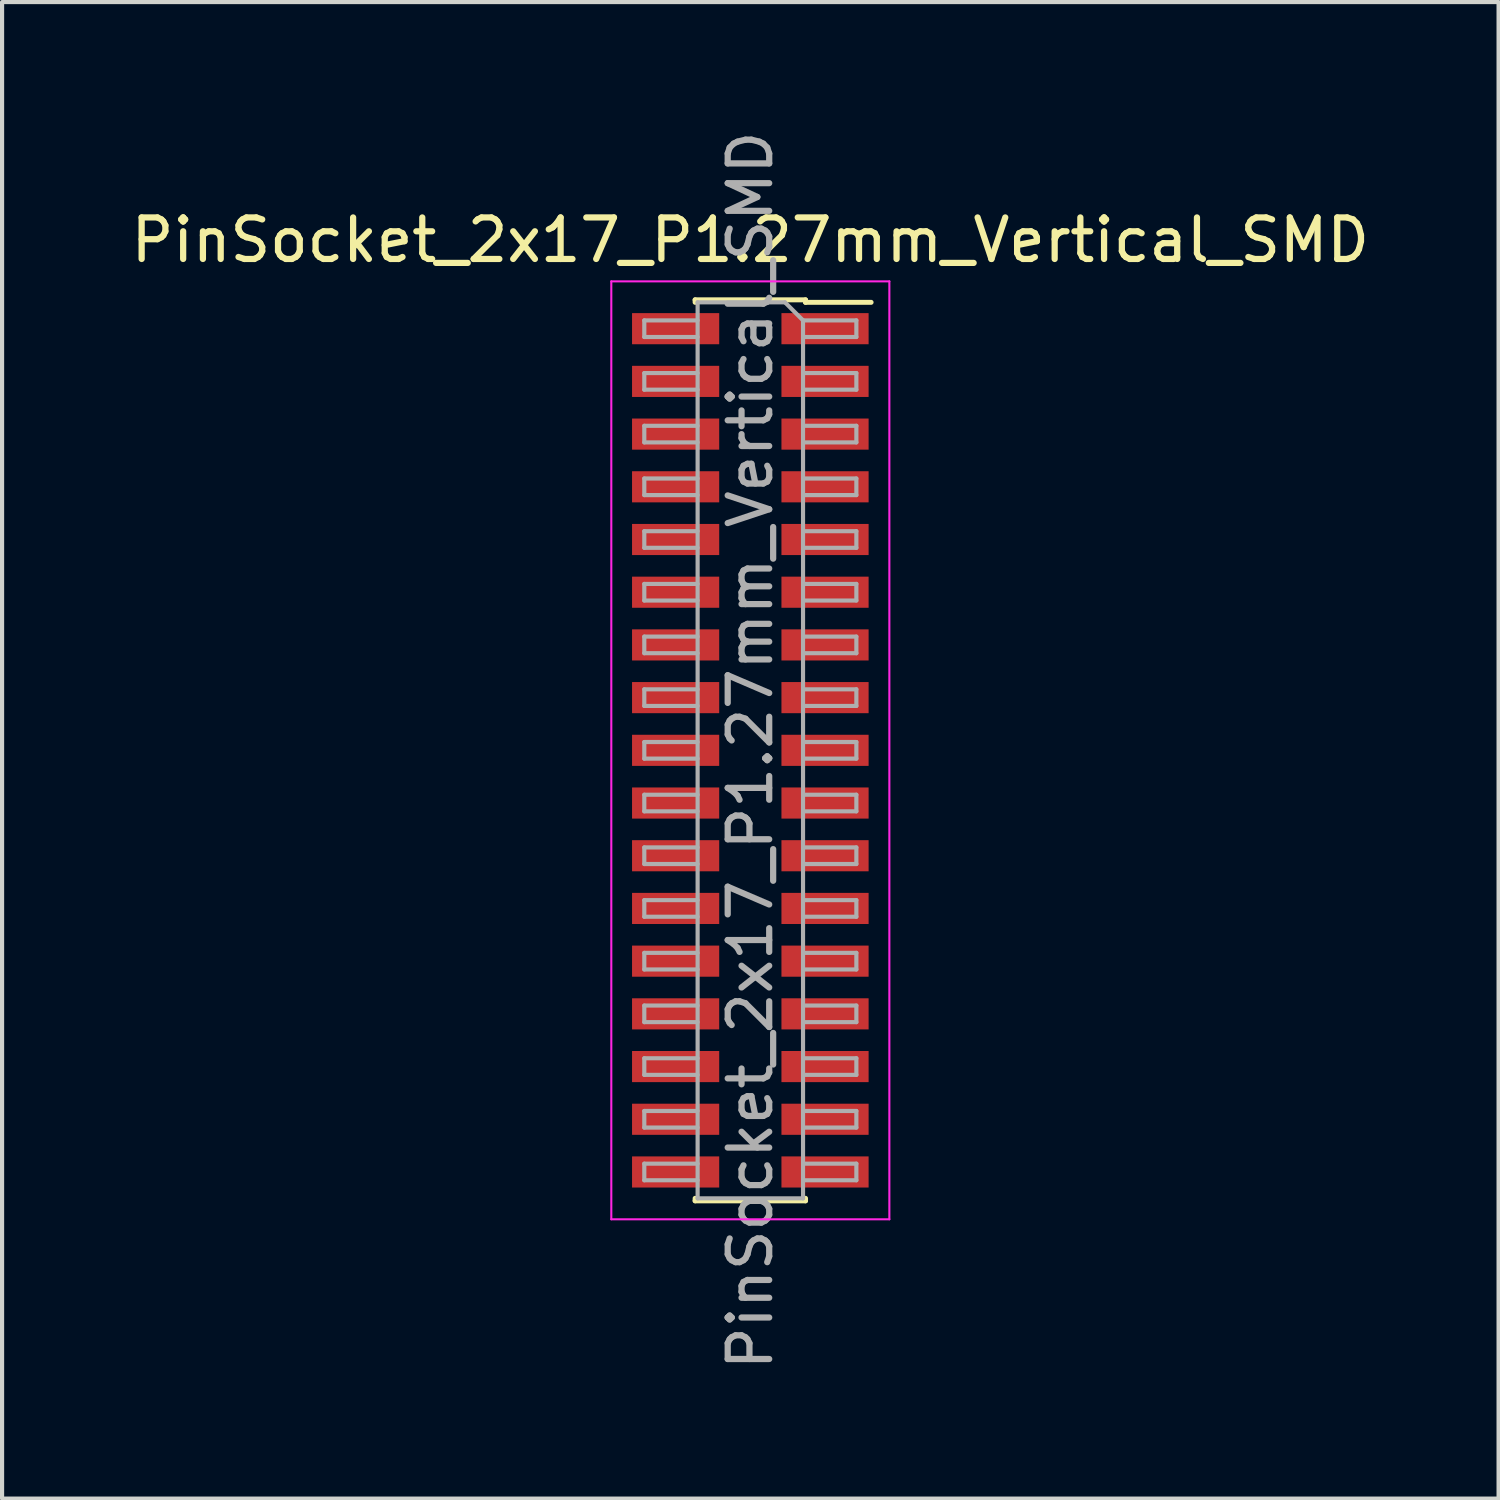
<source format=kicad_pcb>
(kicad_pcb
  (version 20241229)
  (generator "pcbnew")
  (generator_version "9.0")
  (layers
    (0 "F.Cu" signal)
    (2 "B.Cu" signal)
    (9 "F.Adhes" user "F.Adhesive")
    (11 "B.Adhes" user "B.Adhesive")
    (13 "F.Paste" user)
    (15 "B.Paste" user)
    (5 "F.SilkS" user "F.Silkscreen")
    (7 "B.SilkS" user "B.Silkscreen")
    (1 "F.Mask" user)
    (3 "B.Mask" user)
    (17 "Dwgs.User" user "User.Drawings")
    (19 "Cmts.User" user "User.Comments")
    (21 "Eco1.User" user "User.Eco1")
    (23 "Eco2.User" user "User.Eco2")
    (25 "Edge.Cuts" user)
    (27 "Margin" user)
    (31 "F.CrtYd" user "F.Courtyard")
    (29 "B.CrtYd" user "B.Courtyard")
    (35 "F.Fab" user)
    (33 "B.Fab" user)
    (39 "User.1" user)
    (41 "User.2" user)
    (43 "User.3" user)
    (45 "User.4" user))
  (footprint "PinSocket_2x17_P1.27mm_Vertical_SMD"
    (layer "F.Cu")
    (at 15.03 15.03)
    (property "Reference" "PinSocket_2x17_P1.27mm_Vertical_SMD" (at 0 -12.295 0) (layer "F.SilkS") (effects (font (size 1 1) (thickness 0.15))))
    (attr smd)
    (fp_line (start -1.33 -10.855) (end 1.33 -10.855) (stroke (width 0.12) (type solid)) (layer "F.SilkS"))
    (fp_line (start -1.33 -10.795) (end -1.33 -10.855) (stroke (width 0.12) (type solid)) (layer "F.SilkS"))
    (fp_line (start -1.33 10.855) (end -1.33 10.795) (stroke (width 0.12) (type solid)) (layer "F.SilkS"))
    (fp_line (start 1.33 -10.855) (end 1.33 -10.795) (stroke (width 0.12) (type solid)) (layer "F.SilkS"))
    (fp_line (start 1.33 -10.795) (end 2.91 -10.795) (stroke (width 0.12) (type solid)) (layer "F.SilkS"))
    (fp_line (start 1.33 10.795) (end 1.33 10.855) (stroke (width 0.12) (type solid)) (layer "F.SilkS"))
    (fp_line (start 1.33 10.855) (end -1.33 10.855) (stroke (width 0.12) (type solid)) (layer "F.SilkS"))
    (fp_line (start -3.35 -11.3) (end 3.35 -11.3) (stroke (width 0.05) (type solid)) (layer "F.CrtYd"))
    (fp_line (start -3.35 11.3) (end -3.35 -11.3) (stroke (width 0.05) (type solid)) (layer "F.CrtYd"))
    (fp_line (start 3.35 -11.3) (end 3.35 11.3) (stroke (width 0.05) (type solid)) (layer "F.CrtYd"))
    (fp_line (start 3.35 11.3) (end -3.35 11.3) (stroke (width 0.05) (type solid)) (layer "F.CrtYd"))
    (fp_line (start -2.555 -10.36) (end -1.27 -10.36) (stroke (width 0.1) (type solid)) (layer "F.Fab"))
    (fp_line (start -2.555 -9.96) (end -2.555 -10.36) (stroke (width 0.1) (type solid)) (layer "F.Fab"))
    (fp_line (start -2.555 -9.09) (end -1.27 -9.09) (stroke (width 0.1) (type solid)) (layer "F.Fab"))
    (fp_line (start -2.555 -8.69) (end -2.555 -9.09) (stroke (width 0.1) (type solid)) (layer "F.Fab"))
    (fp_line (start -2.555 -7.82) (end -1.27 -7.82) (stroke (width 0.1) (type solid)) (layer "F.Fab"))
    (fp_line (start -2.555 -7.42) (end -2.555 -7.82) (stroke (width 0.1) (type solid)) (layer "F.Fab"))
    (fp_line (start -2.555 -6.55) (end -1.27 -6.55) (stroke (width 0.1) (type solid)) (layer "F.Fab"))
    (fp_line (start -2.555 -6.15) (end -2.555 -6.55) (stroke (width 0.1) (type solid)) (layer "F.Fab"))
    (fp_line (start -2.555 -5.28) (end -1.27 -5.28) (stroke (width 0.1) (type solid)) (layer "F.Fab"))
    (fp_line (start -2.555 -4.88) (end -2.555 -5.28) (stroke (width 0.1) (type solid)) (layer "F.Fab"))
    (fp_line (start -2.555 -4.01) (end -1.27 -4.01) (stroke (width 0.1) (type solid)) (layer "F.Fab"))
    (fp_line (start -2.555 -3.61) (end -2.555 -4.01) (stroke (width 0.1) (type solid)) (layer "F.Fab"))
    (fp_line (start -2.555 -2.74) (end -1.27 -2.74) (stroke (width 0.1) (type solid)) (layer "F.Fab"))
    (fp_line (start -2.555 -2.34) (end -2.555 -2.74) (stroke (width 0.1) (type solid)) (layer "F.Fab"))
    (fp_line (start -2.555 -1.47) (end -1.27 -1.47) (stroke (width 0.1) (type solid)) (layer "F.Fab"))
    (fp_line (start -2.555 -1.07) (end -2.555 -1.47) (stroke (width 0.1) (type solid)) (layer "F.Fab"))
    (fp_line (start -2.555 -0.2) (end -1.27 -0.2) (stroke (width 0.1) (type solid)) (layer "F.Fab"))
    (fp_line (start -2.555 0.2) (end -2.555 -0.2) (stroke (width 0.1) (type solid)) (layer "F.Fab"))
    (fp_line (start -2.555 1.07) (end -1.27 1.07) (stroke (width 0.1) (type solid)) (layer "F.Fab"))
    (fp_line (start -2.555 1.47) (end -2.555 1.07) (stroke (width 0.1) (type solid)) (layer "F.Fab"))
    (fp_line (start -2.555 2.34) (end -1.27 2.34) (stroke (width 0.1) (type solid)) (layer "F.Fab"))
    (fp_line (start -2.555 2.74) (end -2.555 2.34) (stroke (width 0.1) (type solid)) (layer "F.Fab"))
    (fp_line (start -2.555 3.61) (end -1.27 3.61) (stroke (width 0.1) (type solid)) (layer "F.Fab"))
    (fp_line (start -2.555 4.01) (end -2.555 3.61) (stroke (width 0.1) (type solid)) (layer "F.Fab"))
    (fp_line (start -2.555 4.88) (end -1.27 4.88) (stroke (width 0.1) (type solid)) (layer "F.Fab"))
    (fp_line (start -2.555 5.28) (end -2.555 4.88) (stroke (width 0.1) (type solid)) (layer "F.Fab"))
    (fp_line (start -2.555 6.15) (end -1.27 6.15) (stroke (width 0.1) (type solid)) (layer "F.Fab"))
    (fp_line (start -2.555 6.55) (end -2.555 6.15) (stroke (width 0.1) (type solid)) (layer "F.Fab"))
    (fp_line (start -2.555 7.42) (end -1.27 7.42) (stroke (width 0.1) (type solid)) (layer "F.Fab"))
    (fp_line (start -2.555 7.82) (end -2.555 7.42) (stroke (width 0.1) (type solid)) (layer "F.Fab"))
    (fp_line (start -2.555 8.69) (end -1.27 8.69) (stroke (width 0.1) (type solid)) (layer "F.Fab"))
    (fp_line (start -2.555 9.09) (end -2.555 8.69) (stroke (width 0.1) (type solid)) (layer "F.Fab"))
    (fp_line (start -2.555 9.96) (end -1.27 9.96) (stroke (width 0.1) (type solid)) (layer "F.Fab"))
    (fp_line (start -2.555 10.36) (end -2.555 9.96) (stroke (width 0.1) (type solid)) (layer "F.Fab"))
    (fp_line (start -1.27 -10.795) (end 0.835 -10.795) (stroke (width 0.1) (type solid)) (layer "F.Fab"))
    (fp_line (start -1.27 -9.96) (end -2.555 -9.96) (stroke (width 0.1) (type solid)) (layer "F.Fab"))
    (fp_line (start -1.27 -8.69) (end -2.555 -8.69) (stroke (width 0.1) (type solid)) (layer "F.Fab"))
    (fp_line (start -1.27 -7.42) (end -2.555 -7.42) (stroke (width 0.1) (type solid)) (layer "F.Fab"))
    (fp_line (start -1.27 -6.15) (end -2.555 -6.15) (stroke (width 0.1) (type solid)) (layer "F.Fab"))
    (fp_line (start -1.27 -4.88) (end -2.555 -4.88) (stroke (width 0.1) (type solid)) (layer "F.Fab"))
    (fp_line (start -1.27 -3.61) (end -2.555 -3.61) (stroke (width 0.1) (type solid)) (layer "F.Fab"))
    (fp_line (start -1.27 -2.34) (end -2.555 -2.34) (stroke (width 0.1) (type solid)) (layer "F.Fab"))
    (fp_line (start -1.27 -1.07) (end -2.555 -1.07) (stroke (width 0.1) (type solid)) (layer "F.Fab"))
    (fp_line (start -1.27 0.2) (end -2.555 0.2) (stroke (width 0.1) (type solid)) (layer "F.Fab"))
    (fp_line (start -1.27 1.47) (end -2.555 1.47) (stroke (width 0.1) (type solid)) (layer "F.Fab"))
    (fp_line (start -1.27 2.74) (end -2.555 2.74) (stroke (width 0.1) (type solid)) (layer "F.Fab"))
    (fp_line (start -1.27 4.01) (end -2.555 4.01) (stroke (width 0.1) (type solid)) (layer "F.Fab"))
    (fp_line (start -1.27 5.28) (end -2.555 5.28) (stroke (width 0.1) (type solid)) (layer "F.Fab"))
    (fp_line (start -1.27 6.55) (end -2.555 6.55) (stroke (width 0.1) (type solid)) (layer "F.Fab"))
    (fp_line (start -1.27 7.82) (end -2.555 7.82) (stroke (width 0.1) (type solid)) (layer "F.Fab"))
    (fp_line (start -1.27 9.09) (end -2.555 9.09) (stroke (width 0.1) (type solid)) (layer "F.Fab"))
    (fp_line (start -1.27 10.36) (end -2.555 10.36) (stroke (width 0.1) (type solid)) (layer "F.Fab"))
    (fp_line (start -1.27 10.795) (end -1.27 -10.795) (stroke (width 0.1) (type solid)) (layer "F.Fab"))
    (fp_line (start 0.835 -10.795) (end 1.27 -10.36) (stroke (width 0.1) (type solid)) (layer "F.Fab"))
    (fp_line (start 1.27 -10.36) (end 1.27 10.795) (stroke (width 0.1) (type solid)) (layer "F.Fab"))
    (fp_line (start 1.27 -10.36) (end 2.555 -10.36) (stroke (width 0.1) (type solid)) (layer "F.Fab"))
    (fp_line (start 1.27 -9.09) (end 2.555 -9.09) (stroke (width 0.1) (type solid)) (layer "F.Fab"))
    (fp_line (start 1.27 -7.82) (end 2.555 -7.82) (stroke (width 0.1) (type solid)) (layer "F.Fab"))
    (fp_line (start 1.27 -6.55) (end 2.555 -6.55) (stroke (width 0.1) (type solid)) (layer "F.Fab"))
    (fp_line (start 1.27 -5.28) (end 2.555 -5.28) (stroke (width 0.1) (type solid)) (layer "F.Fab"))
    (fp_line (start 1.27 -4.01) (end 2.555 -4.01) (stroke (width 0.1) (type solid)) (layer "F.Fab"))
    (fp_line (start 1.27 -2.74) (end 2.555 -2.74) (stroke (width 0.1) (type solid)) (layer "F.Fab"))
    (fp_line (start 1.27 -1.47) (end 2.555 -1.47) (stroke (width 0.1) (type solid)) (layer "F.Fab"))
    (fp_line (start 1.27 -0.2) (end 2.555 -0.2) (stroke (width 0.1) (type solid)) (layer "F.Fab"))
    (fp_line (start 1.27 1.07) (end 2.555 1.07) (stroke (width 0.1) (type solid)) (layer "F.Fab"))
    (fp_line (start 1.27 2.34) (end 2.555 2.34) (stroke (width 0.1) (type solid)) (layer "F.Fab"))
    (fp_line (start 1.27 3.61) (end 2.555 3.61) (stroke (width 0.1) (type solid)) (layer "F.Fab"))
    (fp_line (start 1.27 4.88) (end 2.555 4.88) (stroke (width 0.1) (type solid)) (layer "F.Fab"))
    (fp_line (start 1.27 6.15) (end 2.555 6.15) (stroke (width 0.1) (type solid)) (layer "F.Fab"))
    (fp_line (start 1.27 7.42) (end 2.555 7.42) (stroke (width 0.1) (type solid)) (layer "F.Fab"))
    (fp_line (start 1.27 8.69) (end 2.555 8.69) (stroke (width 0.1) (type solid)) (layer "F.Fab"))
    (fp_line (start 1.27 9.96) (end 2.555 9.96) (stroke (width 0.1) (type solid)) (layer "F.Fab"))
    (fp_line (start 1.27 10.795) (end -1.27 10.795) (stroke (width 0.1) (type solid)) (layer "F.Fab"))
    (fp_line (start 2.555 -10.36) (end 2.555 -9.96) (stroke (width 0.1) (type solid)) (layer "F.Fab"))
    (fp_line (start 2.555 -9.96) (end 1.27 -9.96) (stroke (width 0.1) (type solid)) (layer "F.Fab"))
    (fp_line (start 2.555 -9.09) (end 2.555 -8.69) (stroke (width 0.1) (type solid)) (layer "F.Fab"))
    (fp_line (start 2.555 -8.69) (end 1.27 -8.69) (stroke (width 0.1) (type solid)) (layer "F.Fab"))
    (fp_line (start 2.555 -7.82) (end 2.555 -7.42) (stroke (width 0.1) (type solid)) (layer "F.Fab"))
    (fp_line (start 2.555 -7.42) (end 1.27 -7.42) (stroke (width 0.1) (type solid)) (layer "F.Fab"))
    (fp_line (start 2.555 -6.55) (end 2.555 -6.15) (stroke (width 0.1) (type solid)) (layer "F.Fab"))
    (fp_line (start 2.555 -6.15) (end 1.27 -6.15) (stroke (width 0.1) (type solid)) (layer "F.Fab"))
    (fp_line (start 2.555 -5.28) (end 2.555 -4.88) (stroke (width 0.1) (type solid)) (layer "F.Fab"))
    (fp_line (start 2.555 -4.88) (end 1.27 -4.88) (stroke (width 0.1) (type solid)) (layer "F.Fab"))
    (fp_line (start 2.555 -4.01) (end 2.555 -3.61) (stroke (width 0.1) (type solid)) (layer "F.Fab"))
    (fp_line (start 2.555 -3.61) (end 1.27 -3.61) (stroke (width 0.1) (type solid)) (layer "F.Fab"))
    (fp_line (start 2.555 -2.74) (end 2.555 -2.34) (stroke (width 0.1) (type solid)) (layer "F.Fab"))
    (fp_line (start 2.555 -2.34) (end 1.27 -2.34) (stroke (width 0.1) (type solid)) (layer "F.Fab"))
    (fp_line (start 2.555 -1.47) (end 2.555 -1.07) (stroke (width 0.1) (type solid)) (layer "F.Fab"))
    (fp_line (start 2.555 -1.07) (end 1.27 -1.07) (stroke (width 0.1) (type solid)) (layer "F.Fab"))
    (fp_line (start 2.555 -0.2) (end 2.555 0.2) (stroke (width 0.1) (type solid)) (layer "F.Fab"))
    (fp_line (start 2.555 0.2) (end 1.27 0.2) (stroke (width 0.1) (type solid)) (layer "F.Fab"))
    (fp_line (start 2.555 1.07) (end 2.555 1.47) (stroke (width 0.1) (type solid)) (layer "F.Fab"))
    (fp_line (start 2.555 1.47) (end 1.27 1.47) (stroke (width 0.1) (type solid)) (layer "F.Fab"))
    (fp_line (start 2.555 2.34) (end 2.555 2.74) (stroke (width 0.1) (type solid)) (layer "F.Fab"))
    (fp_line (start 2.555 2.74) (end 1.27 2.74) (stroke (width 0.1) (type solid)) (layer "F.Fab"))
    (fp_line (start 2.555 3.61) (end 2.555 4.01) (stroke (width 0.1) (type solid)) (layer "F.Fab"))
    (fp_line (start 2.555 4.01) (end 1.27 4.01) (stroke (width 0.1) (type solid)) (layer "F.Fab"))
    (fp_line (start 2.555 4.88) (end 2.555 5.28) (stroke (width 0.1) (type solid)) (layer "F.Fab"))
    (fp_line (start 2.555 5.28) (end 1.27 5.28) (stroke (width 0.1) (type solid)) (layer "F.Fab"))
    (fp_line (start 2.555 6.15) (end 2.555 6.55) (stroke (width 0.1) (type solid)) (layer "F.Fab"))
    (fp_line (start 2.555 6.55) (end 1.27 6.55) (stroke (width 0.1) (type solid)) (layer "F.Fab"))
    (fp_line (start 2.555 7.42) (end 2.555 7.82) (stroke (width 0.1) (type solid)) (layer "F.Fab"))
    (fp_line (start 2.555 7.82) (end 1.27 7.82) (stroke (width 0.1) (type solid)) (layer "F.Fab"))
    (fp_line (start 2.555 8.69) (end 2.555 9.09) (stroke (width 0.1) (type solid)) (layer "F.Fab"))
    (fp_line (start 2.555 9.09) (end 1.27 9.09) (stroke (width 0.1) (type solid)) (layer "F.Fab"))
    (fp_line (start 2.555 9.96) (end 2.555 10.36) (stroke (width 0.1) (type solid)) (layer "F.Fab"))
    (fp_line (start 2.555 10.36) (end 1.27 10.36) (stroke (width 0.1) (type solid)) (layer "F.Fab"))
    (fp_text user "${REFERENCE}" (at 0 0 90) (layer "F.Fab") (effects (font (size 1 1) (thickness 0.15))))
    (pad "1" smd rect (at 1.8 -10.16) (size 2.1 0.75) (layers "F.Cu" "F.Mask" "F.Paste"))
    (pad "2" smd rect (at -1.8 -10.16) (size 2.1 0.75) (layers "F.Cu" "F.Mask" "F.Paste"))
    (pad "3" smd rect (at 1.8 -8.89) (size 2.1 0.75) (layers "F.Cu" "F.Mask" "F.Paste"))
    (pad "4" smd rect (at -1.8 -8.89) (size 2.1 0.75) (layers "F.Cu" "F.Mask" "F.Paste"))
    (pad "5" smd rect (at 1.8 -7.62) (size 2.1 0.75) (layers "F.Cu" "F.Mask" "F.Paste"))
    (pad "6" smd rect (at -1.8 -7.62) (size 2.1 0.75) (layers "F.Cu" "F.Mask" "F.Paste"))
    (pad "7" smd rect (at 1.8 -6.35) (size 2.1 0.75) (layers "F.Cu" "F.Mask" "F.Paste"))
    (pad "8" smd rect (at -1.8 -6.35) (size 2.1 0.75) (layers "F.Cu" "F.Mask" "F.Paste"))
    (pad "9" smd rect (at 1.8 -5.08) (size 2.1 0.75) (layers "F.Cu" "F.Mask" "F.Paste"))
    (pad "10" smd rect (at -1.8 -5.08) (size 2.1 0.75) (layers "F.Cu" "F.Mask" "F.Paste"))
    (pad "11" smd rect (at 1.8 -3.81) (size 2.1 0.75) (layers "F.Cu" "F.Mask" "F.Paste"))
    (pad "12" smd rect (at -1.8 -3.81) (size 2.1 0.75) (layers "F.Cu" "F.Mask" "F.Paste"))
    (pad "13" smd rect (at 1.8 -2.54) (size 2.1 0.75) (layers "F.Cu" "F.Mask" "F.Paste"))
    (pad "14" smd rect (at -1.8 -2.54) (size 2.1 0.75) (layers "F.Cu" "F.Mask" "F.Paste"))
    (pad "15" smd rect (at 1.8 -1.27) (size 2.1 0.75) (layers "F.Cu" "F.Mask" "F.Paste"))
    (pad "16" smd rect (at -1.8 -1.27) (size 2.1 0.75) (layers "F.Cu" "F.Mask" "F.Paste"))
    (pad "17" smd rect (at 1.8 0) (size 2.1 0.75) (layers "F.Cu" "F.Mask" "F.Paste"))
    (pad "18" smd rect (at -1.8 0) (size 2.1 0.75) (layers "F.Cu" "F.Mask" "F.Paste"))
    (pad "19" smd rect (at 1.8 1.27) (size 2.1 0.75) (layers "F.Cu" "F.Mask" "F.Paste"))
    (pad "20" smd rect (at -1.8 1.27) (size 2.1 0.75) (layers "F.Cu" "F.Mask" "F.Paste"))
    (pad "21" smd rect (at 1.8 2.54) (size 2.1 0.75) (layers "F.Cu" "F.Mask" "F.Paste"))
    (pad "22" smd rect (at -1.8 2.54) (size 2.1 0.75) (layers "F.Cu" "F.Mask" "F.Paste"))
    (pad "23" smd rect (at 1.8 3.81) (size 2.1 0.75) (layers "F.Cu" "F.Mask" "F.Paste"))
    (pad "24" smd rect (at -1.8 3.81) (size 2.1 0.75) (layers "F.Cu" "F.Mask" "F.Paste"))
    (pad "25" smd rect (at 1.8 5.08) (size 2.1 0.75) (layers "F.Cu" "F.Mask" "F.Paste"))
    (pad "26" smd rect (at -1.8 5.08) (size 2.1 0.75) (layers "F.Cu" "F.Mask" "F.Paste"))
    (pad "27" smd rect (at 1.8 6.35) (size 2.1 0.75) (layers "F.Cu" "F.Mask" "F.Paste"))
    (pad "28" smd rect (at -1.8 6.35) (size 2.1 0.75) (layers "F.Cu" "F.Mask" "F.Paste"))
    (pad "29" smd rect (at 1.8 7.62) (size 2.1 0.75) (layers "F.Cu" "F.Mask" "F.Paste"))
    (pad "30" smd rect (at -1.8 7.62) (size 2.1 0.75) (layers "F.Cu" "F.Mask" "F.Paste"))
    (pad "31" smd rect (at 1.8 8.89) (size 2.1 0.75) (layers "F.Cu" "F.Mask" "F.Paste"))
    (pad "32" smd rect (at -1.8 8.89) (size 2.1 0.75) (layers "F.Cu" "F.Mask" "F.Paste"))
    (pad "33" smd rect (at 1.8 10.16) (size 2.1 0.75) (layers "F.Cu" "F.Mask" "F.Paste"))
    (pad "34" smd rect (at -1.8 10.16) (size 2.1 0.75) (layers "F.Cu" "F.Mask" "F.Paste")))
  (gr_rect
    (start -3 -3)
    (end 33.06 33.06)
    (stroke (width 0.1) (type default))
    (fill no)
    (layer "Edge.Cuts")))
</source>
